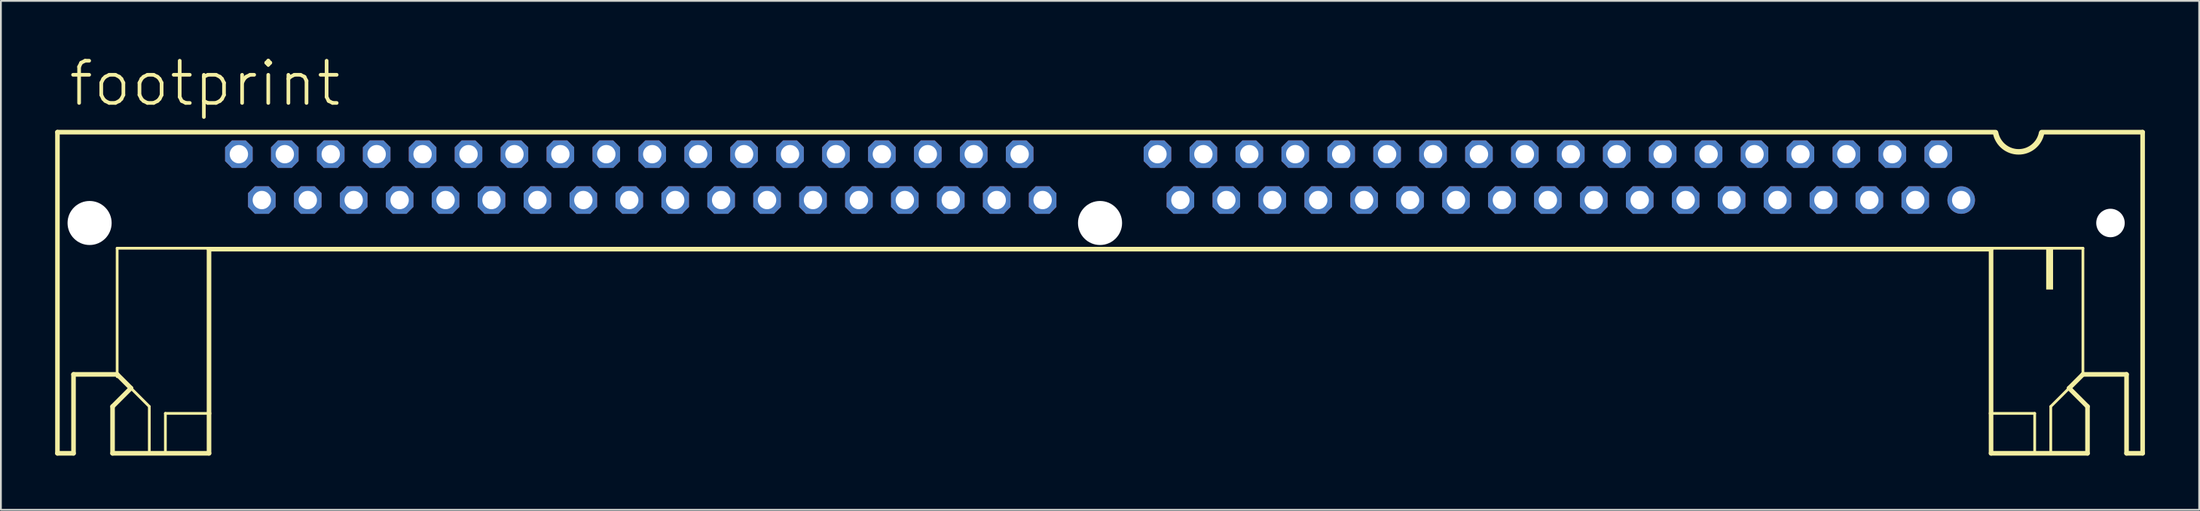
<source format=kicad_pcb>
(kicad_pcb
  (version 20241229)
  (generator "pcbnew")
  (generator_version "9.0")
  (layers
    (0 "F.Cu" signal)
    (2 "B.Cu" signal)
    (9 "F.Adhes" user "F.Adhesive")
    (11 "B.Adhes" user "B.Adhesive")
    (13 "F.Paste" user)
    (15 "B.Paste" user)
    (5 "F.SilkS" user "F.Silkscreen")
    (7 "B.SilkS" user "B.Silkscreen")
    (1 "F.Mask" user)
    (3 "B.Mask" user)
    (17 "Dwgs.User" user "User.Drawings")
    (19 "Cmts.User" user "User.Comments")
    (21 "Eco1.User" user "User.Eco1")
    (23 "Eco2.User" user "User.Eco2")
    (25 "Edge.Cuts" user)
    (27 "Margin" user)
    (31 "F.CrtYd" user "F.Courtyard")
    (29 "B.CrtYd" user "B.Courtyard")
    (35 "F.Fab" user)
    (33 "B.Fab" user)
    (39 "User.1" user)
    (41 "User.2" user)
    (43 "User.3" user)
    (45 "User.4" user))
  (footprint "footprint"
    (layer "F.Cu")
    (at 57.785 6.756)
    (property "Reference" "footprint" (at -57.15 -3.81 0) (layer "F.SilkS") (effects (font (size 2.337 2.337) (thickness 0.203)) (justify left bottom)))
    (fp_line (start -57.658 -2.489) (end 49.53 -2.489) (stroke (width 0.254) (type solid)) (layer "F.SilkS"))
    (fp_line (start -57.658 15.291) (end -57.658 -2.489) (stroke (width 0.254) (type solid)) (layer "F.SilkS"))
    (fp_line (start -56.769 10.922) (end -56.769 15.291) (stroke (width 0.254) (type solid)) (layer "F.SilkS"))
    (fp_line (start -56.769 15.291) (end -57.658 15.291) (stroke (width 0.254) (type solid)) (layer "F.SilkS"))
    (fp_line (start -54.61 12.7) (end -53.594 11.684) (stroke (width 0.254) (type solid)) (layer "F.SilkS"))
    (fp_line (start -54.61 15.291) (end -54.61 12.7) (stroke (width 0.254) (type solid)) (layer "F.SilkS"))
    (fp_line (start -54.356 3.937) (end -54.356 10.922) (stroke (width 0.152) (type solid)) (layer "F.SilkS"))
    (fp_line (start -54.356 10.922) (end -56.769 10.922) (stroke (width 0.254) (type solid)) (layer "F.SilkS"))
    (fp_line (start -54.356 10.922) (end -54.356 11.049) (stroke (width 0.152) (type solid)) (layer "F.SilkS"))
    (fp_line (start -53.594 11.684) (end -54.356 10.922) (stroke (width 0.254) (type solid)) (layer "F.SilkS"))
    (fp_line (start -53.594 11.684) (end -52.578 12.7) (stroke (width 0.152) (type solid)) (layer "F.SilkS"))
    (fp_line (start -52.578 12.7) (end -52.578 15.24) (stroke (width 0.152) (type solid)) (layer "F.SilkS"))
    (fp_line (start -51.689 13.081) (end -51.689 15.24) (stroke (width 0.152) (type solid)) (layer "F.SilkS"))
    (fp_line (start -51.689 13.081) (end -49.276 13.081) (stroke (width 0.152) (type solid)) (layer "F.SilkS"))
    (fp_line (start -49.276 3.937) (end -54.356 3.937) (stroke (width 0.152) (type solid)) (layer "F.SilkS"))
    (fp_line (start -49.276 3.988) (end -49.276 13.081) (stroke (width 0.254) (type solid)) (layer "F.SilkS"))
    (fp_line (start -49.276 13.081) (end -49.276 15.291) (stroke (width 0.254) (type solid)) (layer "F.SilkS"))
    (fp_line (start -49.276 15.291) (end -54.61 15.291) (stroke (width 0.254) (type solid)) (layer "F.SilkS"))
    (fp_line (start 49.276 3.937) (end 54.356 3.937) (stroke (width 0.152) (type solid)) (layer "F.SilkS"))
    (fp_line (start 49.276 3.988) (end -49.276 3.988) (stroke (width 0.254) (type solid)) (layer "F.SilkS"))
    (fp_line (start 49.276 3.988) (end 49.276 13.081) (stroke (width 0.254) (type solid)) (layer "F.SilkS"))
    (fp_line (start 49.276 13.081) (end 49.276 15.291) (stroke (width 0.254) (type solid)) (layer "F.SilkS"))
    (fp_line (start 49.276 15.291) (end 54.61 15.291) (stroke (width 0.254) (type solid)) (layer "F.SilkS"))
    (fp_line (start 51.689 13.081) (end 49.276 13.081) (stroke (width 0.152) (type solid)) (layer "F.SilkS"))
    (fp_line (start 51.689 13.081) (end 51.689 15.24) (stroke (width 0.152) (type solid)) (layer "F.SilkS"))
    (fp_line (start 52.07 -2.489) (end 57.658 -2.489) (stroke (width 0.254) (type solid)) (layer "F.SilkS"))
    (fp_line (start 52.578 12.7) (end 52.578 15.24) (stroke (width 0.152) (type solid)) (layer "F.SilkS"))
    (fp_line (start 53.594 11.684) (end 52.578 12.7) (stroke (width 0.152) (type solid)) (layer "F.SilkS"))
    (fp_line (start 53.594 11.684) (end 54.356 10.922) (stroke (width 0.254) (type solid)) (layer "F.SilkS"))
    (fp_line (start 54.356 3.937) (end 54.356 10.922) (stroke (width 0.152) (type solid)) (layer "F.SilkS"))
    (fp_line (start 54.356 10.922) (end 56.769 10.922) (stroke (width 0.254) (type solid)) (layer "F.SilkS"))
    (fp_line (start 54.61 12.7) (end 53.594 11.684) (stroke (width 0.254) (type solid)) (layer "F.SilkS"))
    (fp_line (start 54.61 15.291) (end 54.61 12.7) (stroke (width 0.254) (type solid)) (layer "F.SilkS"))
    (fp_line (start 56.769 10.922) (end 56.769 15.291) (stroke (width 0.254) (type solid)) (layer "F.SilkS"))
    (fp_line (start 56.769 15.291) (end 57.658 15.291) (stroke (width 0.254) (type solid)) (layer "F.SilkS"))
    (fp_line (start 57.658 15.291) (end 57.658 -2.489) (stroke (width 0.254) (type solid)) (layer "F.SilkS"))
    (fp_arc (start 52.07 -2.44) (mid 50.8 -1.398849) (end 49.53 -2.44) (stroke (width 0.3048) (type solid)) (layer "F.SilkS"))
    (fp_poly (pts (xy 52.324 6.223) (xy 52.705 6.223) (xy 52.705 3.937) (xy 52.324 3.937)) (stroke (width 0) (type solid)) (fill yes) (layer "F.SilkS"))
    (pad "" np_thru_hole circle (at -55.88 2.54) (size 2.438 2.438) (drill 2.438) (layers "*.Cu" "*.Mask"))
    (pad "" np_thru_hole circle (at 0 2.54) (size 2.438 2.438) (drill 2.438) (layers "*.Cu" "*.Mask"))
    (pad "" np_thru_hole circle (at 55.88 2.54) (size 1.575 1.575) (drill 1.575) (layers "*.Cu" "*.Mask"))
    (pad "1" thru_hole circle (at 47.625 1.27) (size 1.524 1.524) (drill 1.016) (layers "*.Cu" "*.Mask"))
    (pad "2" thru_hole roundrect (at 46.355 -1.27) (size 1.524 1.524) (drill 1.016) (layers "*.Cu" "*.Mask") (roundrect_rratio 0.25) (chamfer_ratio 0.25) (chamfer top_left top_right bottom_left bottom_right))
    (pad "3" thru_hole roundrect (at 45.085 1.27) (size 1.524 1.524) (drill 1.016) (layers "*.Cu" "*.Mask") (roundrect_rratio 0.25) (chamfer_ratio 0.25) (chamfer top_left top_right bottom_left bottom_right))
    (pad "4" thru_hole roundrect (at 43.815 -1.27) (size 1.524 1.524) (drill 1.016) (layers "*.Cu" "*.Mask") (roundrect_rratio 0.25) (chamfer_ratio 0.25) (chamfer top_left top_right bottom_left bottom_right))
    (pad "5" thru_hole roundrect (at 42.545 1.27) (size 1.524 1.524) (drill 1.016) (layers "*.Cu" "*.Mask") (roundrect_rratio 0.25) (chamfer_ratio 0.25) (chamfer top_left top_right bottom_left bottom_right))
    (pad "6" thru_hole roundrect (at 41.275 -1.27) (size 1.524 1.524) (drill 1.016) (layers "*.Cu" "*.Mask") (roundrect_rratio 0.25) (chamfer_ratio 0.25) (chamfer top_left top_right bottom_left bottom_right))
    (pad "7" thru_hole roundrect (at 40.005 1.27) (size 1.524 1.524) (drill 1.016) (layers "*.Cu" "*.Mask") (roundrect_rratio 0.25) (chamfer_ratio 0.25) (chamfer top_left top_right bottom_left bottom_right))
    (pad "8" thru_hole roundrect (at 38.735 -1.27) (size 1.524 1.524) (drill 1.016) (layers "*.Cu" "*.Mask") (roundrect_rratio 0.25) (chamfer_ratio 0.25) (chamfer top_left top_right bottom_left bottom_right))
    (pad "9" thru_hole roundrect (at 37.465 1.27) (size 1.524 1.524) (drill 1.016) (layers "*.Cu" "*.Mask") (roundrect_rratio 0.25) (chamfer_ratio 0.25) (chamfer top_left top_right bottom_left bottom_right))
    (pad "10" thru_hole roundrect (at 36.195 -1.27) (size 1.524 1.524) (drill 1.016) (layers "*.Cu" "*.Mask") (roundrect_rratio 0.25) (chamfer_ratio 0.25) (chamfer top_left top_right bottom_left bottom_right))
    (pad "11" thru_hole roundrect (at 34.925 1.27) (size 1.524 1.524) (drill 1.016) (layers "*.Cu" "*.Mask") (roundrect_rratio 0.25) (chamfer_ratio 0.25) (chamfer top_left top_right bottom_left bottom_right))
    (pad "12" thru_hole roundrect (at 33.655 -1.27) (size 1.524 1.524) (drill 1.016) (layers "*.Cu" "*.Mask") (roundrect_rratio 0.25) (chamfer_ratio 0.25) (chamfer top_left top_right bottom_left bottom_right))
    (pad "13" thru_hole roundrect (at 32.385 1.27) (size 1.524 1.524) (drill 1.016) (layers "*.Cu" "*.Mask") (roundrect_rratio 0.25) (chamfer_ratio 0.25) (chamfer top_left top_right bottom_left bottom_right))
    (pad "14" thru_hole roundrect (at 31.115 -1.27) (size 1.524 1.524) (drill 1.016) (layers "*.Cu" "*.Mask") (roundrect_rratio 0.25) (chamfer_ratio 0.25) (chamfer top_left top_right bottom_left bottom_right))
    (pad "15" thru_hole roundrect (at 29.845 1.27) (size 1.524 1.524) (drill 1.016) (layers "*.Cu" "*.Mask") (roundrect_rratio 0.25) (chamfer_ratio 0.25) (chamfer top_left top_right bottom_left bottom_right))
    (pad "16" thru_hole roundrect (at 28.575 -1.27) (size 1.524 1.524) (drill 1.016) (layers "*.Cu" "*.Mask") (roundrect_rratio 0.25) (chamfer_ratio 0.25) (chamfer top_left top_right bottom_left bottom_right))
    (pad "17" thru_hole roundrect (at 27.305 1.27) (size 1.524 1.524) (drill 1.016) (layers "*.Cu" "*.Mask") (roundrect_rratio 0.25) (chamfer_ratio 0.25) (chamfer top_left top_right bottom_left bottom_right))
    (pad "18" thru_hole roundrect (at 26.035 -1.27) (size 1.524 1.524) (drill 1.016) (layers "*.Cu" "*.Mask") (roundrect_rratio 0.25) (chamfer_ratio 0.25) (chamfer top_left top_right bottom_left bottom_right))
    (pad "19" thru_hole roundrect (at 24.765 1.27) (size 1.524 1.524) (drill 1.016) (layers "*.Cu" "*.Mask") (roundrect_rratio 0.25) (chamfer_ratio 0.25) (chamfer top_left top_right bottom_left bottom_right))
    (pad "20" thru_hole roundrect (at 23.495 -1.27) (size 1.524 1.524) (drill 1.016) (layers "*.Cu" "*.Mask") (roundrect_rratio 0.25) (chamfer_ratio 0.25) (chamfer top_left top_right bottom_left bottom_right))
    (pad "21" thru_hole roundrect (at 22.225 1.27) (size 1.524 1.524) (drill 1.016) (layers "*.Cu" "*.Mask") (roundrect_rratio 0.25) (chamfer_ratio 0.25) (chamfer top_left top_right bottom_left bottom_right))
    (pad "22" thru_hole roundrect (at 20.955 -1.27) (size 1.524 1.524) (drill 1.016) (layers "*.Cu" "*.Mask") (roundrect_rratio 0.25) (chamfer_ratio 0.25) (chamfer top_left top_right bottom_left bottom_right))
    (pad "23" thru_hole roundrect (at 19.685 1.27) (size 1.524 1.524) (drill 1.016) (layers "*.Cu" "*.Mask") (roundrect_rratio 0.25) (chamfer_ratio 0.25) (chamfer top_left top_right bottom_left bottom_right))
    (pad "24" thru_hole roundrect (at 18.415 -1.27) (size 1.524 1.524) (drill 1.016) (layers "*.Cu" "*.Mask") (roundrect_rratio 0.25) (chamfer_ratio 0.25) (chamfer top_left top_right bottom_left bottom_right))
    (pad "25" thru_hole roundrect (at 17.145 1.27) (size 1.524 1.524) (drill 1.016) (layers "*.Cu" "*.Mask") (roundrect_rratio 0.25) (chamfer_ratio 0.25) (chamfer top_left top_right bottom_left bottom_right))
    (pad "26" thru_hole roundrect (at 15.875 -1.27) (size 1.524 1.524) (drill 1.016) (layers "*.Cu" "*.Mask") (roundrect_rratio 0.25) (chamfer_ratio 0.25) (chamfer top_left top_right bottom_left bottom_right))
    (pad "27" thru_hole roundrect (at 14.605 1.27) (size 1.524 1.524) (drill 1.016) (layers "*.Cu" "*.Mask") (roundrect_rratio 0.25) (chamfer_ratio 0.25) (chamfer top_left top_right bottom_left bottom_right))
    (pad "28" thru_hole roundrect (at 13.335 -1.27) (size 1.524 1.524) (drill 1.016) (layers "*.Cu" "*.Mask") (roundrect_rratio 0.25) (chamfer_ratio 0.25) (chamfer top_left top_right bottom_left bottom_right))
    (pad "29" thru_hole roundrect (at 12.065 1.27) (size 1.524 1.524) (drill 1.016) (layers "*.Cu" "*.Mask") (roundrect_rratio 0.25) (chamfer_ratio 0.25) (chamfer top_left top_right bottom_left bottom_right))
    (pad "30" thru_hole roundrect (at 10.795 -1.27) (size 1.524 1.524) (drill 1.016) (layers "*.Cu" "*.Mask") (roundrect_rratio 0.25) (chamfer_ratio 0.25) (chamfer top_left top_right bottom_left bottom_right))
    (pad "31" thru_hole roundrect (at 9.525 1.27) (size 1.524 1.524) (drill 1.016) (layers "*.Cu" "*.Mask") (roundrect_rratio 0.25) (chamfer_ratio 0.25) (chamfer top_left top_right bottom_left bottom_right))
    (pad "32" thru_hole roundrect (at 8.255 -1.27) (size 1.524 1.524) (drill 1.016) (layers "*.Cu" "*.Mask") (roundrect_rratio 0.25) (chamfer_ratio 0.25) (chamfer top_left top_right bottom_left bottom_right))
    (pad "33" thru_hole roundrect (at 6.985 1.27) (size 1.524 1.524) (drill 1.016) (layers "*.Cu" "*.Mask") (roundrect_rratio 0.25) (chamfer_ratio 0.25) (chamfer top_left top_right bottom_left bottom_right))
    (pad "34" thru_hole roundrect (at 5.715 -1.27) (size 1.524 1.524) (drill 1.016) (layers "*.Cu" "*.Mask") (roundrect_rratio 0.25) (chamfer_ratio 0.25) (chamfer top_left top_right bottom_left bottom_right))
    (pad "35" thru_hole roundrect (at 4.445 1.27) (size 1.524 1.524) (drill 1.016) (layers "*.Cu" "*.Mask") (roundrect_rratio 0.25) (chamfer_ratio 0.25) (chamfer top_left top_right bottom_left bottom_right))
    (pad "36" thru_hole roundrect (at 3.175 -1.27) (size 1.524 1.524) (drill 1.016) (layers "*.Cu" "*.Mask") (roundrect_rratio 0.25) (chamfer_ratio 0.25) (chamfer top_left top_right bottom_left bottom_right))
    (pad "37" thru_hole roundrect (at -3.175 1.27) (size 1.524 1.524) (drill 1.016) (layers "*.Cu" "*.Mask") (roundrect_rratio 0.25) (chamfer_ratio 0.25) (chamfer top_left top_right bottom_left bottom_right))
    (pad "38" thru_hole roundrect (at -4.445 -1.27) (size 1.524 1.524) (drill 1.016) (layers "*.Cu" "*.Mask") (roundrect_rratio 0.25) (chamfer_ratio 0.25) (chamfer top_left top_right bottom_left bottom_right))
    (pad "39" thru_hole roundrect (at -5.715 1.27) (size 1.524 1.524) (drill 1.016) (layers "*.Cu" "*.Mask") (roundrect_rratio 0.25) (chamfer_ratio 0.25) (chamfer top_left top_right bottom_left bottom_right))
    (pad "40" thru_hole roundrect (at -6.985 -1.27) (size 1.524 1.524) (drill 1.016) (layers "*.Cu" "*.Mask") (roundrect_rratio 0.25) (chamfer_ratio 0.25) (chamfer top_left top_right bottom_left bottom_right))
    (pad "41" thru_hole roundrect (at -8.255 1.27) (size 1.524 1.524) (drill 1.016) (layers "*.Cu" "*.Mask") (roundrect_rratio 0.25) (chamfer_ratio 0.25) (chamfer top_left top_right bottom_left bottom_right))
    (pad "42" thru_hole roundrect (at -9.525 -1.27) (size 1.524 1.524) (drill 1.016) (layers "*.Cu" "*.Mask") (roundrect_rratio 0.25) (chamfer_ratio 0.25) (chamfer top_left top_right bottom_left bottom_right))
    (pad "43" thru_hole roundrect (at -10.795 1.27) (size 1.524 1.524) (drill 1.016) (layers "*.Cu" "*.Mask") (roundrect_rratio 0.25) (chamfer_ratio 0.25) (chamfer top_left top_right bottom_left bottom_right))
    (pad "44" thru_hole roundrect (at -12.065 -1.27) (size 1.524 1.524) (drill 1.016) (layers "*.Cu" "*.Mask") (roundrect_rratio 0.25) (chamfer_ratio 0.25) (chamfer top_left top_right bottom_left bottom_right))
    (pad "45" thru_hole roundrect (at -13.335 1.27) (size 1.524 1.524) (drill 1.016) (layers "*.Cu" "*.Mask") (roundrect_rratio 0.25) (chamfer_ratio 0.25) (chamfer top_left top_right bottom_left bottom_right))
    (pad "46" thru_hole roundrect (at -14.605 -1.27) (size 1.524 1.524) (drill 1.016) (layers "*.Cu" "*.Mask") (roundrect_rratio 0.25) (chamfer_ratio 0.25) (chamfer top_left top_right bottom_left bottom_right))
    (pad "47" thru_hole roundrect (at -15.875 1.27) (size 1.524 1.524) (drill 1.016) (layers "*.Cu" "*.Mask") (roundrect_rratio 0.25) (chamfer_ratio 0.25) (chamfer top_left top_right bottom_left bottom_right))
    (pad "48" thru_hole roundrect (at -17.145 -1.27) (size 1.524 1.524) (drill 1.016) (layers "*.Cu" "*.Mask") (roundrect_rratio 0.25) (chamfer_ratio 0.25) (chamfer top_left top_right bottom_left bottom_right))
    (pad "49" thru_hole roundrect (at -18.415 1.27) (size 1.524 1.524) (drill 1.016) (layers "*.Cu" "*.Mask") (roundrect_rratio 0.25) (chamfer_ratio 0.25) (chamfer top_left top_right bottom_left bottom_right))
    (pad "50" thru_hole roundrect (at -19.685 -1.27) (size 1.524 1.524) (drill 1.016) (layers "*.Cu" "*.Mask") (roundrect_rratio 0.25) (chamfer_ratio 0.25) (chamfer top_left top_right bottom_left bottom_right))
    (pad "51" thru_hole roundrect (at -20.955 1.27) (size 1.524 1.524) (drill 1.016) (layers "*.Cu" "*.Mask") (roundrect_rratio 0.25) (chamfer_ratio 0.25) (chamfer top_left top_right bottom_left bottom_right))
    (pad "52" thru_hole roundrect (at -22.225 -1.27) (size 1.524 1.524) (drill 1.016) (layers "*.Cu" "*.Mask") (roundrect_rratio 0.25) (chamfer_ratio 0.25) (chamfer top_left top_right bottom_left bottom_right))
    (pad "53" thru_hole roundrect (at -23.495 1.27) (size 1.524 1.524) (drill 1.016) (layers "*.Cu" "*.Mask") (roundrect_rratio 0.25) (chamfer_ratio 0.25) (chamfer top_left top_right bottom_left bottom_right))
    (pad "54" thru_hole roundrect (at -24.765 -1.27) (size 1.524 1.524) (drill 1.016) (layers "*.Cu" "*.Mask") (roundrect_rratio 0.25) (chamfer_ratio 0.25) (chamfer top_left top_right bottom_left bottom_right))
    (pad "55" thru_hole roundrect (at -26.035 1.27) (size 1.524 1.524) (drill 1.016) (layers "*.Cu" "*.Mask") (roundrect_rratio 0.25) (chamfer_ratio 0.25) (chamfer top_left top_right bottom_left bottom_right))
    (pad "56" thru_hole roundrect (at -27.305 -1.27) (size 1.524 1.524) (drill 1.016) (layers "*.Cu" "*.Mask") (roundrect_rratio 0.25) (chamfer_ratio 0.25) (chamfer top_left top_right bottom_left bottom_right))
    (pad "57" thru_hole roundrect (at -28.575 1.27) (size 1.524 1.524) (drill 1.016) (layers "*.Cu" "*.Mask") (roundrect_rratio 0.25) (chamfer_ratio 0.25) (chamfer top_left top_right bottom_left bottom_right))
    (pad "58" thru_hole roundrect (at -29.845 -1.27) (size 1.524 1.524) (drill 1.016) (layers "*.Cu" "*.Mask") (roundrect_rratio 0.25) (chamfer_ratio 0.25) (chamfer top_left top_right bottom_left bottom_right))
    (pad "59" thru_hole roundrect (at -31.115 1.27) (size 1.524 1.524) (drill 1.016) (layers "*.Cu" "*.Mask") (roundrect_rratio 0.25) (chamfer_ratio 0.25) (chamfer top_left top_right bottom_left bottom_right))
    (pad "60" thru_hole roundrect (at -32.385 -1.27) (size 1.524 1.524) (drill 1.016) (layers "*.Cu" "*.Mask") (roundrect_rratio 0.25) (chamfer_ratio 0.25) (chamfer top_left top_right bottom_left bottom_right))
    (pad "61" thru_hole roundrect (at -33.655 1.27) (size 1.524 1.524) (drill 1.016) (layers "*.Cu" "*.Mask") (roundrect_rratio 0.25) (chamfer_ratio 0.25) (chamfer top_left top_right bottom_left bottom_right))
    (pad "62" thru_hole roundrect (at -34.925 -1.27) (size 1.524 1.524) (drill 1.016) (layers "*.Cu" "*.Mask") (roundrect_rratio 0.25) (chamfer_ratio 0.25) (chamfer top_left top_right bottom_left bottom_right))
    (pad "63" thru_hole roundrect (at -36.195 1.27) (size 1.524 1.524) (drill 1.016) (layers "*.Cu" "*.Mask") (roundrect_rratio 0.25) (chamfer_ratio 0.25) (chamfer top_left top_right bottom_left bottom_right))
    (pad "64" thru_hole roundrect (at -37.465 -1.27) (size 1.524 1.524) (drill 1.016) (layers "*.Cu" "*.Mask") (roundrect_rratio 0.25) (chamfer_ratio 0.25) (chamfer top_left top_right bottom_left bottom_right))
    (pad "65" thru_hole roundrect (at -38.735 1.27) (size 1.524 1.524) (drill 1.016) (layers "*.Cu" "*.Mask") (roundrect_rratio 0.25) (chamfer_ratio 0.25) (chamfer top_left top_right bottom_left bottom_right))
    (pad "66" thru_hole roundrect (at -40.005 -1.27) (size 1.524 1.524) (drill 1.016) (layers "*.Cu" "*.Mask") (roundrect_rratio 0.25) (chamfer_ratio 0.25) (chamfer top_left top_right bottom_left bottom_right))
    (pad "67" thru_hole roundrect (at -41.275 1.27) (size 1.524 1.524) (drill 1.016) (layers "*.Cu" "*.Mask") (roundrect_rratio 0.25) (chamfer_ratio 0.25) (chamfer top_left top_right bottom_left bottom_right))
    (pad "68" thru_hole roundrect (at -42.545 -1.27) (size 1.524 1.524) (drill 1.016) (layers "*.Cu" "*.Mask") (roundrect_rratio 0.25) (chamfer_ratio 0.25) (chamfer top_left top_right bottom_left bottom_right))
    (pad "69" thru_hole roundrect (at -43.815 1.27) (size 1.524 1.524) (drill 1.016) (layers "*.Cu" "*.Mask") (roundrect_rratio 0.25) (chamfer_ratio 0.25) (chamfer top_left top_right bottom_left bottom_right))
    (pad "70" thru_hole roundrect (at -45.085 -1.27) (size 1.524 1.524) (drill 1.016) (layers "*.Cu" "*.Mask") (roundrect_rratio 0.25) (chamfer_ratio 0.25) (chamfer top_left top_right bottom_left bottom_right))
    (pad "71" thru_hole roundrect (at -46.355 1.27) (size 1.524 1.524) (drill 1.016) (layers "*.Cu" "*.Mask") (roundrect_rratio 0.25) (chamfer_ratio 0.25) (chamfer top_left top_right bottom_left bottom_right))
    (pad "72" thru_hole roundrect (at -47.625 -1.27) (size 1.524 1.524) (drill 1.016) (layers "*.Cu" "*.Mask") (roundrect_rratio 0.25) (chamfer_ratio 0.25) (chamfer top_left top_right bottom_left bottom_right)))
  (gr_rect
    (start -3 -3)
    (end 118.57 25.174)
    (stroke (width 0.1) (type default))
    (fill no)
    (layer "Edge.Cuts")))
</source>
